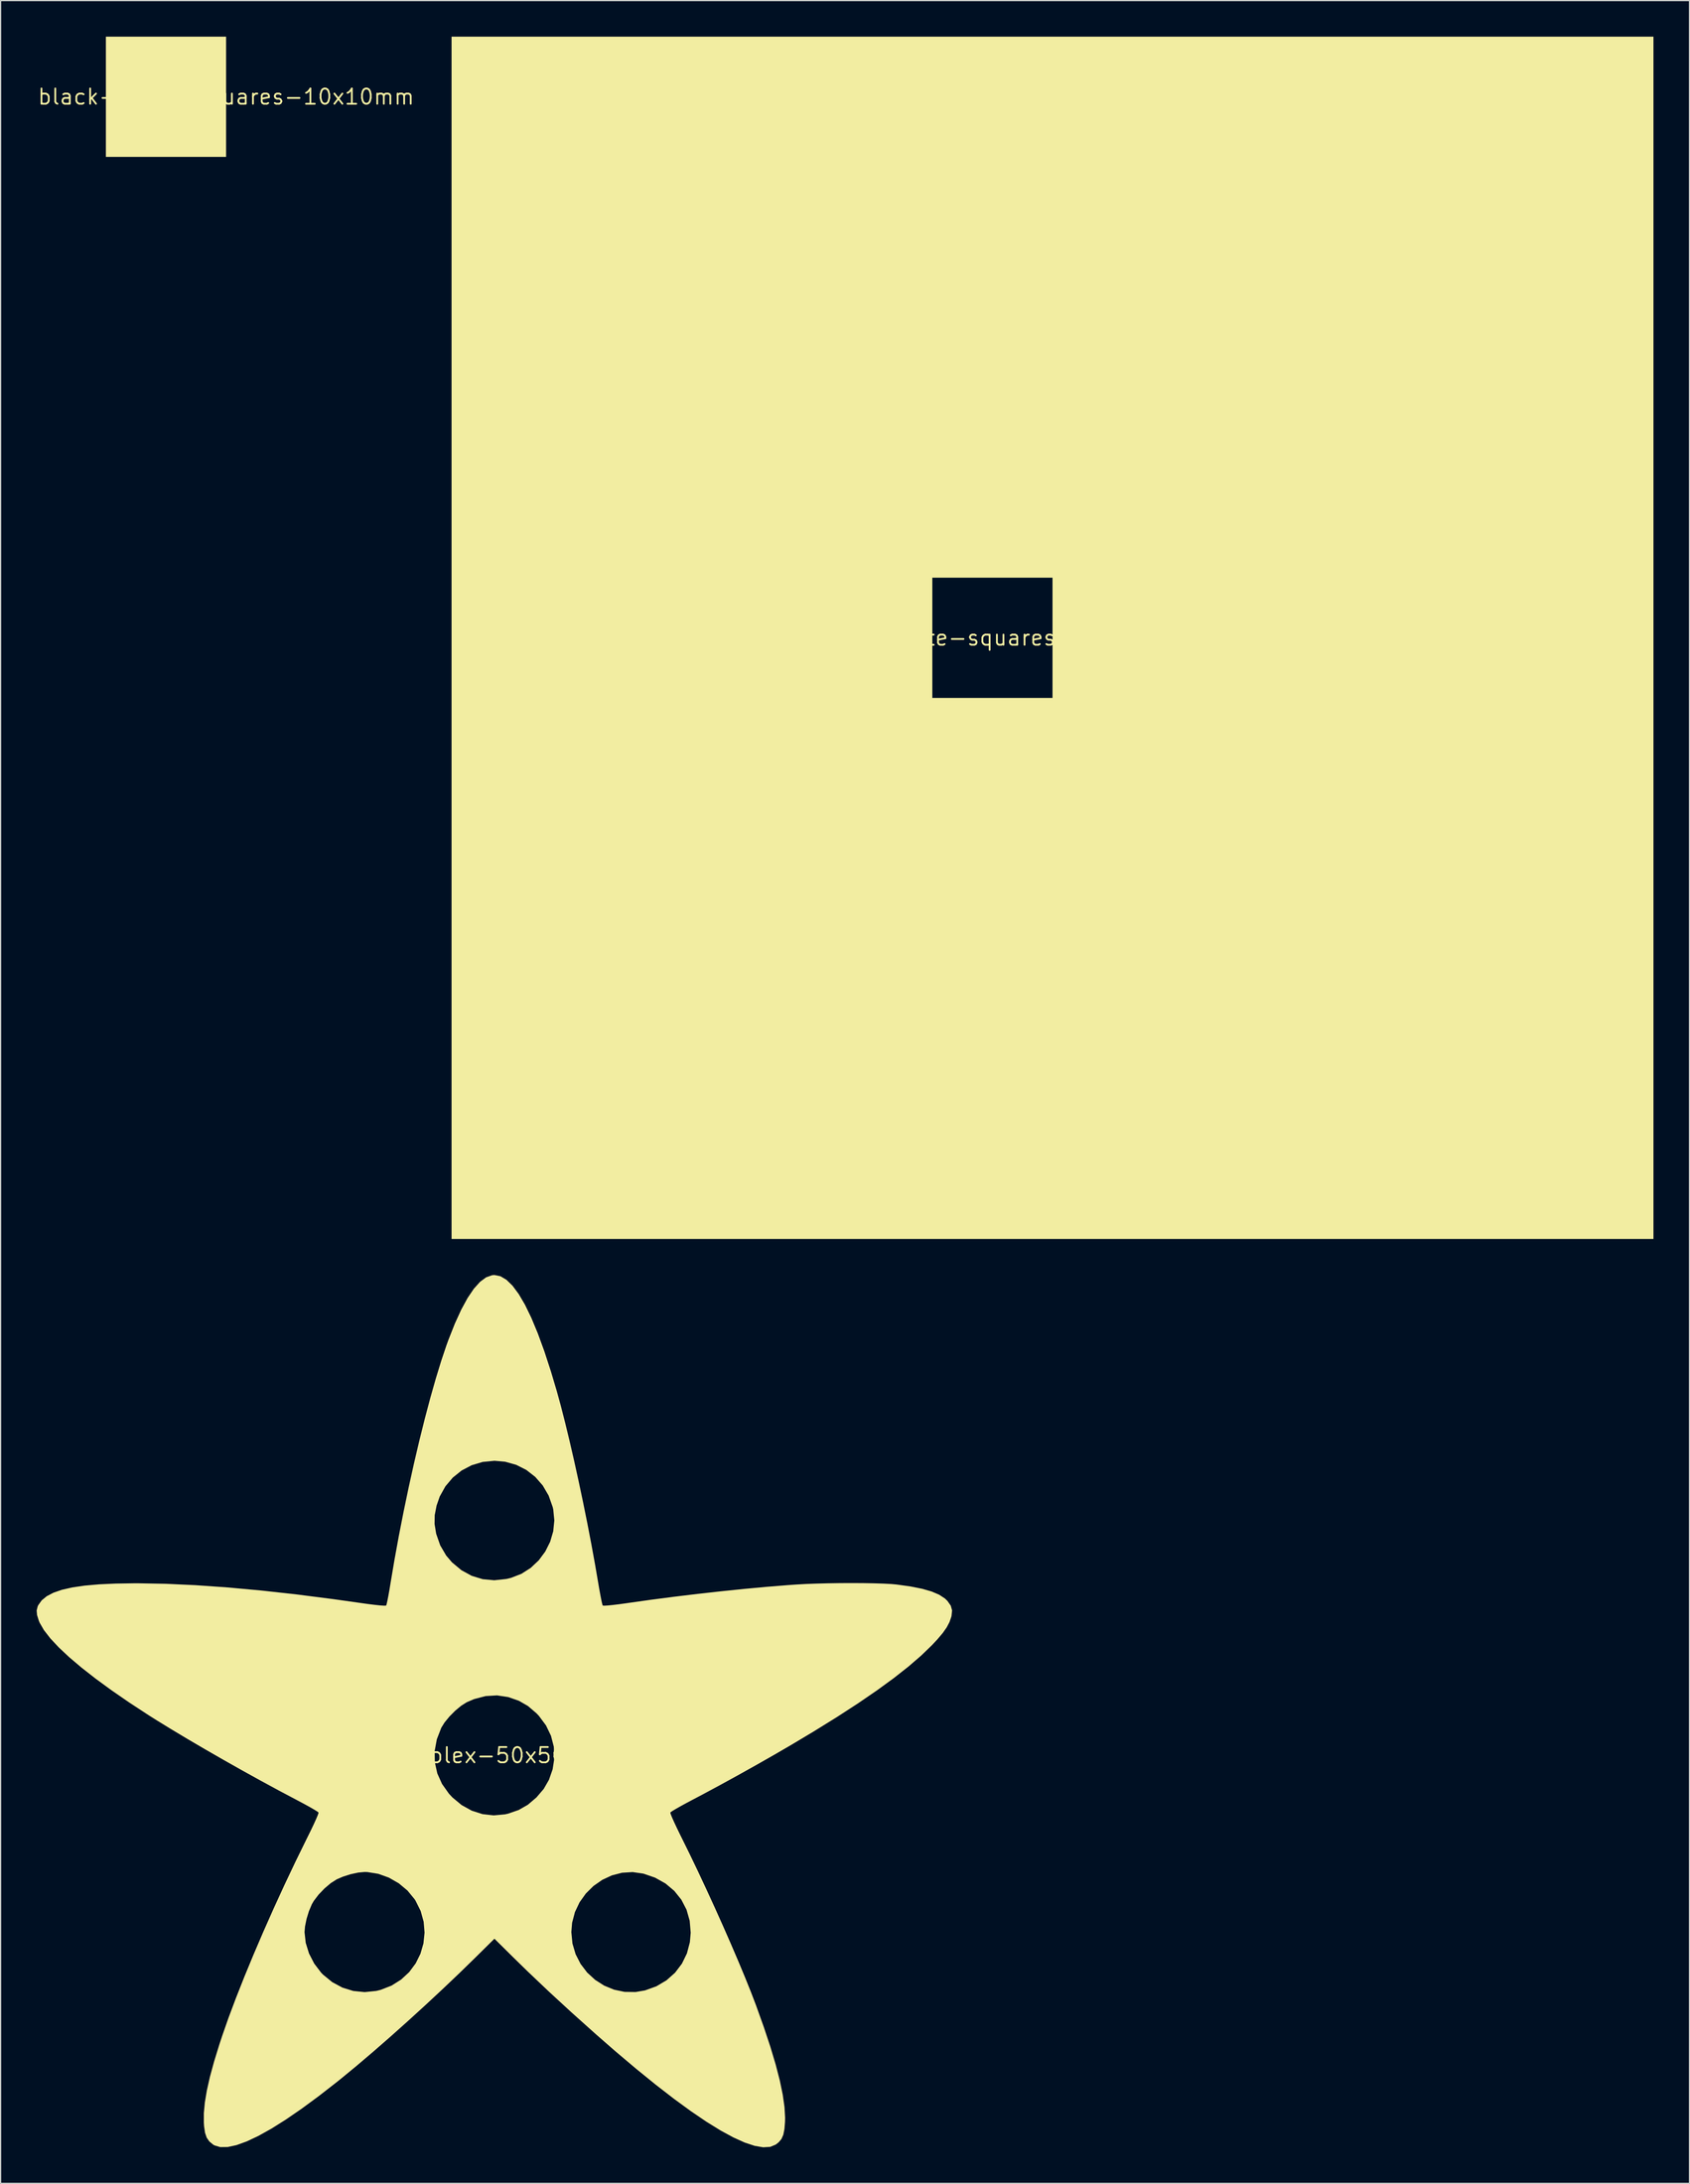
<source format=kicad_pcb>
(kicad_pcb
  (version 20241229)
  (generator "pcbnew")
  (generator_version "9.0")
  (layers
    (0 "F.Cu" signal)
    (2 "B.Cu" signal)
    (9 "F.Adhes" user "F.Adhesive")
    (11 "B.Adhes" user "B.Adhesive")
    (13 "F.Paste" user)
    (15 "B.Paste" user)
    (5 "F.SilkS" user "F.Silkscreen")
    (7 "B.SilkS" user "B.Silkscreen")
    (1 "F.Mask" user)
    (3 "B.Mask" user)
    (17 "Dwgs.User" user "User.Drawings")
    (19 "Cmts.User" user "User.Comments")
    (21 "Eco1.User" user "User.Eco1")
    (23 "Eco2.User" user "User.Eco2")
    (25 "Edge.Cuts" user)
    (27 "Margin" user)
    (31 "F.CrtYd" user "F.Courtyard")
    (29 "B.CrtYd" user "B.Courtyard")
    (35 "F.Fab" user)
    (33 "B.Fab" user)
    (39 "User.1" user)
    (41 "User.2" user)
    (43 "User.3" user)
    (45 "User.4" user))
  (footprint "black-white-squares-10x10mm-inverted"
    (layer "F.Cu")
    (at 84.523 50)
    (property "Reference" "black-white-squares-10x10mm-inverted" (at 0 0 0) (layer "F.SilkS") (effects (font (size 1.27 1.27) (thickness 0.15))))
    (attr board_only exclude_from_pos_files exclude_from_bom)
    (fp_poly (pts (xy 50 50) (xy -50 50) (xy -50 -5) (xy -10 -5) (xy -10 5) (xy 0 5) (xy 0 -5) (xy -10 -5) (xy -50 -5) (xy -50 -50) (xy 50 -50)) (stroke (width 0) (type solid)) (fill yes) (layer "F.SilkS")))
  (footprint "complex-50x50mm"
    (layer "F.Cu")
    (at 38.088 142.95)
    (property "Reference" "complex-50x50mm" (at 0 0 0) (layer "F.SilkS") (effects (font (size 1.27 1.27) (thickness 0.15))))
    (attr board_only exclude_from_pos_files exclude_from_bom)
    (fp_poly (pts (xy 0.495 -39.851) (xy 0.997 -39.555) (xy 1.506 -39.061) (xy 2.021 -38.368) (xy 2.543 -37.478) (xy 3.072 -36.388) (xy 3.608 -35.1) (xy 4.152 -33.613) (xy 4.703 -31.926) (xy 5.187 -30.3) (xy 5.525 -29.072) (xy 5.882 -27.676) (xy 6.253 -26.145) (xy 6.63 -24.51) (xy 7.006 -22.802) (xy 7.376 -21.052) (xy 7.732 -19.291) (xy 8.067 -17.551) (xy 8.375 -15.864) (xy 8.609 -14.5) (xy 8.712 -13.896) (xy 8.81 -13.36) (xy 8.895 -12.922) (xy 8.963 -12.613) (xy 9.007 -12.467) (xy 9.01 -12.461) (xy 9.13 -12.447) (xy 9.422 -12.464) (xy 9.859 -12.507) (xy 10.417 -12.575) (xy 11.068 -12.665) (xy 11.219 -12.687) (xy 13.021 -12.941) (xy 14.925 -13.189) (xy 16.884 -13.426) (xy 18.853 -13.645) (xy 20.786 -13.844) (xy 22.636 -14.015) (xy 24.358 -14.154) (xy 25.1 -14.207) (xy 25.891 -14.251) (xy 26.784 -14.285) (xy 27.745 -14.309) (xy 28.74 -14.324) (xy 29.736 -14.328) (xy 30.697 -14.323) (xy 31.589 -14.308) (xy 32.379 -14.283) (xy 33.032 -14.248) (xy 33.45 -14.21) (xy 34.611 -14.049) (xy 35.585 -13.855) (xy 36.381 -13.626) (xy 37.011 -13.356) (xy 37.486 -13.044) (xy 37.692 -12.844) (xy 37.972 -12.446) (xy 38.08 -12.052) (xy 38.032 -11.597) (xy 38.013 -11.519) (xy 37.862 -11.083) (xy 37.633 -10.646) (xy 37.305 -10.179) (xy 36.856 -9.648) (xy 36.403 -9.164) (xy 35.514 -8.304) (xy 34.459 -7.393) (xy 33.234 -6.428) (xy 31.835 -5.408) (xy 30.261 -4.33) (xy 28.507 -3.192) (xy 26.57 -1.991) (xy 24.7 -0.873) (xy 23.278 -0.046) (xy 21.77 0.813) (xy 20.231 1.673) (xy 18.718 2.503) (xy 17.287 3.272) (xy 16.565 3.653) (xy 16.003 3.95) (xy 15.504 4.223) (xy 15.094 4.456) (xy 14.8 4.633) (xy 14.648 4.74) (xy 14.633 4.757) (xy 14.663 4.878) (xy 14.771 5.15) (xy 14.946 5.543) (xy 15.175 6.032) (xy 15.445 6.588) (xy 15.557 6.814) (xy 16.227 8.171) (xy 16.921 9.615) (xy 17.624 11.116) (xy 18.326 12.645) (xy 19.012 14.172) (xy 19.669 15.669) (xy 20.286 17.107) (xy 20.848 18.455) (xy 21.343 19.686) (xy 21.758 20.77) (xy 21.769 20.8) (xy 22.415 22.603) (xy 22.959 24.241) (xy 23.401 25.718) (xy 23.743 27.041) (xy 23.987 28.216) (xy 24.134 29.246) (xy 24.185 30.139) (xy 24.179 30.461) (xy 24.13 31.086) (xy 24.037 31.555) (xy 23.882 31.908) (xy 23.649 32.185) (xy 23.405 32.375) (xy 22.945 32.565) (xy 22.361 32.6) (xy 21.656 32.48) (xy 20.829 32.207) (xy 19.884 31.781) (xy 18.821 31.204) (xy 17.641 30.475) (xy 16.347 29.597) (xy 14.939 28.569) (xy 13.419 27.393) (xy 11.789 26.07) (xy 10.05 24.601) (xy 8.452 23.206) (xy 6.418 21.384) (xy 4.529 19.646) (xy 2.761 17.968) (xy 1.575 16.809) (xy 0 15.252) (xy -1.575 16.809) (xy -2.907 18.108) (xy -4.314 19.445) (xy -5.766 20.796) (xy -7.236 22.135) (xy -8.694 23.436) (xy -10.113 24.673) (xy -11.463 25.821) (xy -12.718 26.855) (xy -13.1 27.163) (xy -14.625 28.35) (xy -16.044 29.394) (xy -17.354 30.293) (xy -18.553 31.047) (xy -19.64 31.653) (xy -20.611 32.111) (xy -21.465 32.42) (xy -22.199 32.578) (xy -22.81 32.585) (xy -23.298 32.439) (xy -23.405 32.375) (xy -23.72 32.114) (xy -23.938 31.802) (xy -24.078 31.395) (xy -24.157 30.853) (xy -24.177 30.553) (xy -24.177 29.764) (xy -24.094 28.876) (xy -23.927 27.875) (xy -23.673 26.747) (xy -23.328 25.48) (xy -22.89 24.058) (xy -22.645 23.316) (xy -22.125 21.83) (xy -21.512 20.199) (xy -20.82 18.449) (xy -20.059 16.608) (xy -19.243 14.706) (xy -15.799 14.706) (xy -15.701 15.594) (xy -15.427 16.479) (xy -14.995 17.318) (xy -14.424 18.068) (xy -14.267 18.232) (xy -13.498 18.861) (xy -12.648 19.319) (xy -11.74 19.598) (xy -10.797 19.692) (xy -9.841 19.596) (xy -9.466 19.505) (xy -8.555 19.149) (xy -7.76 18.648) (xy -7.089 18.025) (xy -6.551 17.301) (xy -6.153 16.499) (xy -5.905 15.64) (xy -5.814 14.748) (xy -5.817 14.7) (xy 6.4 14.7) (xy 6.492 15.652) (xy 6.755 16.54) (xy 7.17 17.35) (xy 7.716 18.065) (xy 8.375 18.67) (xy 9.127 19.151) (xy 9.952 19.49) (xy 10.832 19.674) (xy 11.745 19.686) (xy 12.53 19.551) (xy 13.481 19.207) (xy 14.319 18.71) (xy 15.03 18.078) (xy 15.6 17.326) (xy 16.016 16.474) (xy 16.263 15.539) (xy 16.331 14.75) (xy 16.247 13.758) (xy 15.984 12.838) (xy 15.552 12.005) (xy 14.965 11.273) (xy 14.233 10.658) (xy 13.37 10.174) (xy 12.4 9.839) (xy 11.502 9.71) (xy 10.617 9.764) (xy 9.765 9.986) (xy 8.966 10.359) (xy 8.239 10.867) (xy 7.606 11.493) (xy 7.085 12.222) (xy 6.698 13.037) (xy 6.464 13.922) (xy 6.4 14.7) (xy -5.817 14.7) (xy -5.888 13.843) (xy -6.136 12.948) (xy -6.567 12.085) (xy -6.644 11.965) (xy -7.234 11.247) (xy -7.958 10.643) (xy -8.781 10.171) (xy -9.664 9.853) (xy -10.572 9.708) (xy -10.794 9.701) (xy -11.335 9.75) (xy -11.964 9.886) (xy -12.602 10.089) (xy -13.112 10.308) (xy -13.615 10.627) (xy -14.14 11.072) (xy -14.631 11.584) (xy -15.029 12.107) (xy -15.192 12.388) (xy -15.436 12.966) (xy -15.632 13.606) (xy -15.759 14.23) (xy -15.799 14.706) (xy -19.243 14.706) (xy -19.241 14.701) (xy -18.377 12.755) (xy -17.479 10.797) (xy -16.558 8.854) (xy -15.625 6.951) (xy -15.538 6.777) (xy -15.258 6.208) (xy -15.015 5.696) (xy -14.822 5.268) (xy -14.69 4.954) (xy -14.633 4.78) (xy -14.633 4.758) (xy -14.732 4.677) (xy -14.982 4.521) (xy -15.354 4.306) (xy -15.822 4.048) (xy -16.358 3.762) (xy -16.464 3.706) (xy -17.905 2.943) (xy -19.415 2.124) (xy -20.964 1.267) (xy -22.516 0.391) (xy -23.84 -0.37) (xy -4.971 -0.37) (xy -4.957 0.581) (xy -4.754 1.501) (xy -4.362 2.375) (xy -3.786 3.187) (xy -3.498 3.498) (xy -2.731 4.135) (xy -1.887 4.602) (xy -0.99 4.89) (xy -0.06 4.994) (xy 0.879 4.908) (xy 1.154 4.845) (xy 2.022 4.544) (xy 2.78 4.11) (xy 3.485 3.51) (xy 3.498 3.498) (xy 4.101 2.793) (xy 4.537 2.037) (xy 4.84 1.171) (xy 4.845 1.154) (xy 4.989 0.216) (xy 4.941 -0.718) (xy 4.706 -1.627) (xy 4.291 -2.489) (xy 3.703 -3.281) (xy 3.498 -3.498) (xy 2.793 -4.101) (xy 2.037 -4.537) (xy 1.171 -4.84) (xy 1.154 -4.845) (xy 0.22 -4.986) (xy -0.732 -4.93) (xy -1.691 -4.679) (xy -2.298 -4.42) (xy -2.761 -4.129) (xy -3.261 -3.715) (xy -3.742 -3.23) (xy -4.151 -2.731) (xy -4.42 -2.298) (xy -4.793 -1.335) (xy -4.971 -0.37) (xy -23.84 -0.37) (xy -24.04 -0.485) (xy -25.503 -1.342) (xy -26.87 -2.161) (xy -28.111 -2.923) (xy -28.774 -3.341) (xy -30.382 -4.393) (xy -31.853 -5.407) (xy -33.182 -6.378) (xy -34.362 -7.301) (xy -35.388 -8.171) (xy -36.254 -8.984) (xy -36.955 -9.735) (xy -37.485 -10.419) (xy -37.838 -11.03) (xy -37.907 -11.195) (xy -38.056 -11.673) (xy -38.088 -12.05) (xy -38.005 -12.384) (xy -37.954 -12.493) (xy -37.67 -12.89) (xy -37.252 -13.234) (xy -36.693 -13.527) (xy -35.985 -13.771) (xy -35.119 -13.968) (xy -34.09 -14.118) (xy -32.888 -14.224) (xy -31.506 -14.287) (xy -29.938 -14.31) (xy -29.65 -14.31) (xy -27.344 -14.268) (xy -24.861 -14.153) (xy -22.21 -13.967) (xy -19.402 -13.71) (xy -16.445 -13.383) (xy -13.349 -12.986) (xy -11.219 -12.685) (xy -10.548 -12.591) (xy -9.967 -12.518) (xy -9.501 -12.47) (xy -9.176 -12.448) (xy -9.018 -12.456) (xy -9.008 -12.461) (xy -8.967 -12.585) (xy -8.903 -12.872) (xy -8.821 -13.289) (xy -8.73 -13.801) (xy -8.656 -14.25) (xy -8.322 -16.233) (xy -7.954 -18.248) (xy -7.758 -19.247) (xy -4.98 -19.247) (xy -4.855 -18.475) (xy -4.839 -18.406) (xy -4.51 -17.465) (xy -4.015 -16.62) (xy -3.53 -16.051) (xy -2.746 -15.399) (xy -1.891 -14.931) (xy -0.977 -14.652) (xy -0.014 -14.563) (xy 0.986 -14.669) (xy 1.388 -14.765) (xy 2.252 -15.101) (xy 3.023 -15.595) (xy 3.687 -16.22) (xy 4.231 -16.953) (xy 4.638 -17.767) (xy 4.894 -18.639) (xy 4.984 -19.542) (xy 4.895 -20.452) (xy 4.848 -20.654) (xy 4.511 -21.604) (xy 4.021 -22.444) (xy 3.396 -23.16) (xy 2.654 -23.739) (xy 1.813 -24.164) (xy 0.892 -24.422) (xy 0.008 -24.5) (xy -0.975 -24.405) (xy -1.895 -24.13) (xy -2.732 -23.69) (xy -3.466 -23.1) (xy -4.079 -22.375) (xy -4.55 -21.531) (xy -4.815 -20.768) (xy -4.967 -19.981) (xy -4.98 -19.247) (xy -7.758 -19.247) (xy -7.557 -20.27) (xy -7.137 -22.28) (xy -6.7 -24.253) (xy -6.25 -26.169) (xy -5.792 -28.005) (xy -5.332 -29.739) (xy -4.875 -31.348) (xy -4.426 -32.812) (xy -3.991 -34.107) (xy -3.83 -34.55) (xy -3.293 -35.907) (xy -2.761 -37.07) (xy -2.234 -38.037) (xy -1.713 -38.808) (xy -1.198 -39.382) (xy -0.691 -39.758) (xy -0.192 -39.935) (xy 0 -39.95)) (stroke (width 0) (type solid)) (fill yes) (layer "F.SilkS")))
  (footprint "black-white-squares-10x10mm"
    (layer "F.Cu")
    (at 15.761 5)
    (property "Reference" "black-white-squares-10x10mm" (at 0 0 0) (layer "F.SilkS") (effects (font (size 1.27 1.27) (thickness 0.15))))
    (attr board_only exclude_from_pos_files exclude_from_bom)
    (fp_poly (pts (xy -10 0) (xy -10 -5) (xy -5 -5) (xy 0 -5) (xy 0 0) (xy 0 5) (xy -5 5) (xy -10 5) (xy -10 0)) (stroke (width 0) (type solid)) (fill yes) (layer "F.SilkS")))
  (gr_rect
    (start -3 -3)
    (end 137.523 178.55)
    (stroke (width 0.1) (type default))
    (fill no)
    (layer "Edge.Cuts")))
</source>
